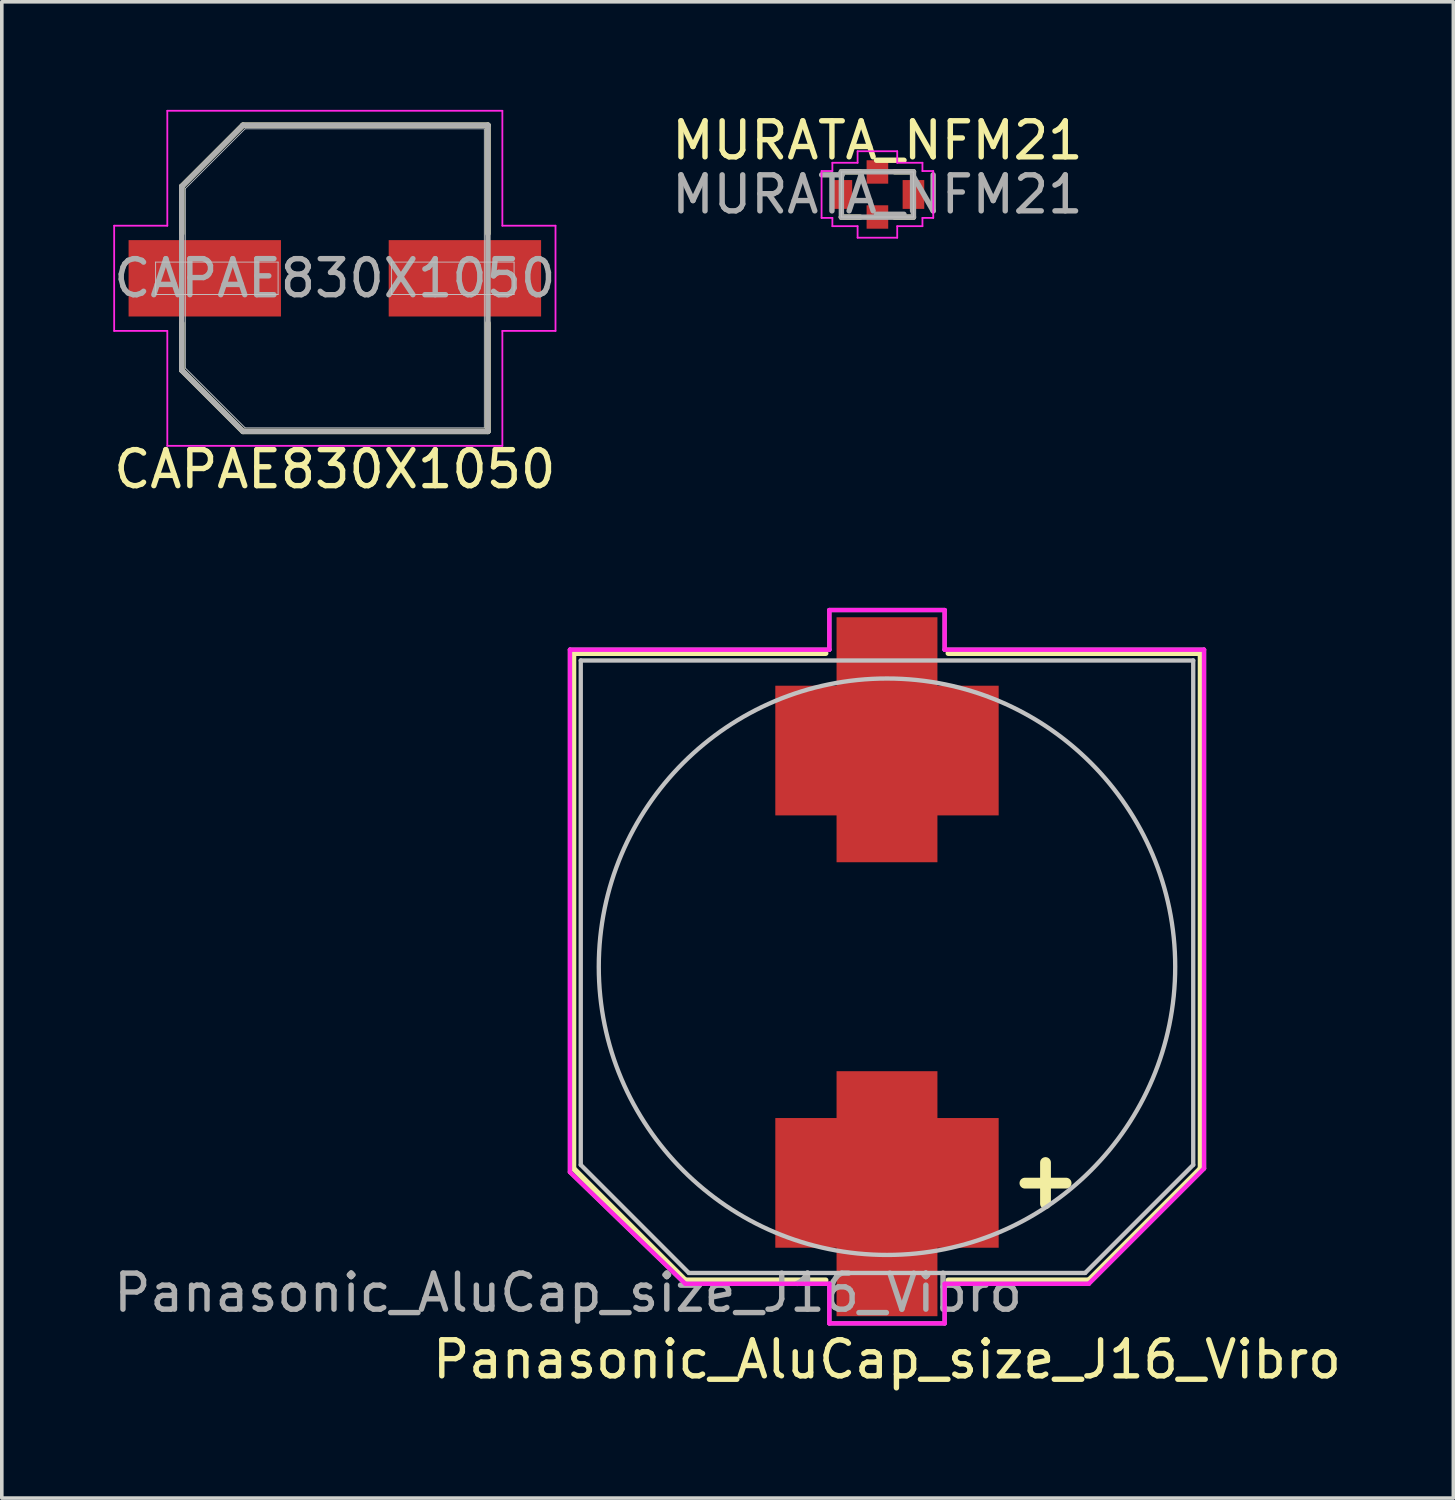
<source format=kicad_pcb>
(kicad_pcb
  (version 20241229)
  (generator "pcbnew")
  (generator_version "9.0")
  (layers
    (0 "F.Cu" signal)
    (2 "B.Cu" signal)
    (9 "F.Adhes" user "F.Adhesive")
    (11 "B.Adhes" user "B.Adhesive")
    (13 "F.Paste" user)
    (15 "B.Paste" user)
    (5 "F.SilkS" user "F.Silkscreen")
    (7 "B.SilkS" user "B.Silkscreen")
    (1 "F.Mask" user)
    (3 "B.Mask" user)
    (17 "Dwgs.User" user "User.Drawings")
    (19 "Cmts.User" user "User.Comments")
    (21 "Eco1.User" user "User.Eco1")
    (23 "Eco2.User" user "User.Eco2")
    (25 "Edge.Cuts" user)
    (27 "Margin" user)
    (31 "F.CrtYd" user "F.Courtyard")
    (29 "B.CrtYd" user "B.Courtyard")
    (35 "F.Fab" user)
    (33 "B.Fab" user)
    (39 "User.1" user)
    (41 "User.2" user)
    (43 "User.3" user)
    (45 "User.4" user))
  (footprint "MURATA_NFM21"
    (layer "F.Cu")
    (at 21.304 2.348)
    (property "Reference" "MURATA_NFM21" (at 0 0 0) (layer "F.Fab") (effects (font (size 1 1) (thickness 0.15))))
    (attr smd)
    (fp_line (start -1 -0.63) (end -0.48 -0.63) (stroke (width 0.15) (type solid)) (layer "F.SilkS"))
    (fp_line (start -0.48 0.63) (end -1 0.63) (stroke (width 0.15) (type solid)) (layer "F.SilkS"))
    (fp_line (start 0.48 -0.63) (end 1 -0.63) (stroke (width 0.15) (type solid)) (layer "F.SilkS"))
    (fp_line (start 1 0.63) (end 0.48 0.63) (stroke (width 0.15) (type solid)) (layer "F.SilkS"))
    (fp_line (start -1 -0.625) (end 1 -0.625) (stroke (width 0.025) (type solid)) (layer "Dwgs.User"))
    (fp_line (start -1 0.625) (end -1 -0.625) (stroke (width 0.025) (type solid)) (layer "Dwgs.User"))
    (fp_line (start 1 -0.625) (end 1 0.625) (stroke (width 0.025) (type solid)) (layer "Dwgs.User"))
    (fp_line (start 1 0.625) (end -1 0.625) (stroke (width 0.025) (type solid)) (layer "Dwgs.User"))
    (fp_line (start -1.55 -0.65) (end -1.55 0.65) (stroke (width 0.05) (type solid)) (layer "F.CrtYd"))
    (fp_line (start -1.55 0.65) (end -1.25 0.65) (stroke (width 0.05) (type solid)) (layer "F.CrtYd"))
    (fp_line (start -1.25 -0.88) (end -1.25 -0.65) (stroke (width 0.05) (type solid)) (layer "F.CrtYd"))
    (fp_line (start -1.25 -0.65) (end -1.55 -0.65) (stroke (width 0.05) (type solid)) (layer "F.CrtYd"))
    (fp_line (start -1.25 0.65) (end -1.25 0.88) (stroke (width 0.05) (type solid)) (layer "F.CrtYd"))
    (fp_line (start -1.25 0.88) (end -0.55 0.88) (stroke (width 0.05) (type solid)) (layer "F.CrtYd"))
    (fp_line (start -0.55 -1.2) (end -0.55 -0.88) (stroke (width 0.05) (type solid)) (layer "F.CrtYd"))
    (fp_line (start -0.55 -0.88) (end -1.25 -0.88) (stroke (width 0.05) (type solid)) (layer "F.CrtYd"))
    (fp_line (start -0.55 0.88) (end -0.55 1.2) (stroke (width 0.05) (type solid)) (layer "F.CrtYd"))
    (fp_line (start -0.55 1.2) (end 0.55 1.2) (stroke (width 0.05) (type solid)) (layer "F.CrtYd"))
    (fp_line (start 0.55 -1.2) (end -0.55 -1.2) (stroke (width 0.05) (type solid)) (layer "F.CrtYd"))
    (fp_line (start 0.55 -0.88) (end 0.55 -1.2) (stroke (width 0.05) (type solid)) (layer "F.CrtYd"))
    (fp_line (start 0.55 0.88) (end 1.25 0.88) (stroke (width 0.05) (type solid)) (layer "F.CrtYd"))
    (fp_line (start 0.55 1.2) (end 0.55 0.88) (stroke (width 0.05) (type solid)) (layer "F.CrtYd"))
    (fp_line (start 1.25 -0.88) (end 0.55 -0.88) (stroke (width 0.05) (type solid)) (layer "F.CrtYd"))
    (fp_line (start 1.25 -0.65) (end 1.25 -0.88) (stroke (width 0.05) (type solid)) (layer "F.CrtYd"))
    (fp_line (start 1.25 0.65) (end 1.55 0.65) (stroke (width 0.05) (type solid)) (layer "F.CrtYd"))
    (fp_line (start 1.25 0.88) (end 1.25 0.65) (stroke (width 0.05) (type solid)) (layer "F.CrtYd"))
    (fp_line (start 1.55 -0.65) (end 1.25 -0.65) (stroke (width 0.05) (type solid)) (layer "F.CrtYd"))
    (fp_line (start 1.55 0.65) (end 1.55 -0.65) (stroke (width 0.05) (type solid)) (layer "F.CrtYd"))
    (fp_line (start -1 -0.63) (end 1 -0.63) (stroke (width 0.15) (type solid)) (layer "F.Fab"))
    (fp_line (start -1 0.63) (end -1 -0.63) (stroke (width 0.15) (type solid)) (layer "F.Fab"))
    (fp_line (start 1 -0.63) (end 1 0.63) (stroke (width 0.15) (type solid)) (layer "F.Fab"))
    (fp_line (start 1 0.63) (end -1 0.63) (stroke (width 0.15) (type solid)) (layer "F.Fab"))
    (fp_text user "${REFERENCE}" (at 0 -1.5 0) (layer "F.SilkS") (effects (font (size 1 1) (thickness 0.15))))
    (pad "1" smd rect (at -1 0) (size 0.6 0.8) (layers "F.Cu" "F.Mask" "F.Paste"))
    (pad "2A" smd rect (at 0 -0.625) (size 0.6 0.65) (layers "F.Cu" "F.Mask" "F.Paste"))
    (pad "2B" smd rect (at 0 0.625) (size 0.6 0.65) (layers "F.Cu" "F.Mask" "F.Paste"))
    (pad "3" smd rect (at 1 0) (size 0.6 0.8) (layers "F.Cu" "F.Mask" "F.Paste")))
  (footprint "CAPAE830X1050"
    (layer "F.Cu")
    (at 6.244 4.675)
    (property "Reference" "CAPAE830X1050" (at 0 0 0) (layer "F.Fab") (effects (font (size 1 1) (thickness 0.15))))
    (attr smd)
    (fp_line (start -4.25 -2.55) (end -4.25 -1.24) (stroke (width 0.15) (type solid)) (layer "F.SilkS"))
    (fp_line (start -4.25 2.55) (end -4.25 1.24) (stroke (width 0.15) (type solid)) (layer "F.SilkS"))
    (fp_line (start -2.55 -4.25) (end -4.25 -2.55) (stroke (width 0.15) (type solid)) (layer "F.SilkS"))
    (fp_line (start -2.55 4.25) (end -4.25 2.55) (stroke (width 0.15) (type solid)) (layer "F.SilkS"))
    (fp_line (start 4.25 -4.25) (end -2.55 -4.25) (stroke (width 0.15) (type solid)) (layer "F.SilkS"))
    (fp_line (start 4.25 -1.24) (end 4.25 -4.25) (stroke (width 0.15) (type solid)) (layer "F.SilkS"))
    (fp_line (start 4.25 1.24) (end 4.25 4.25) (stroke (width 0.15) (type solid)) (layer "F.SilkS"))
    (fp_line (start 4.25 4.25) (end -2.55 4.25) (stroke (width 0.15) (type solid)) (layer "F.SilkS"))
    (fp_line (start -4.975 -0.45) (end -1.575 -0.45) (stroke (width 0.025) (type solid)) (layer "Dwgs.User"))
    (fp_line (start -4.975 0.45) (end -4.975 -0.45) (stroke (width 0.025) (type solid)) (layer "Dwgs.User"))
    (fp_line (start -4.15 -2.49) (end -2.49 -4.15) (stroke (width 0.025) (type solid)) (layer "Dwgs.User"))
    (fp_line (start -4.15 2.49) (end -4.15 -2.49) (stroke (width 0.025) (type solid)) (layer "Dwgs.User"))
    (fp_line (start -2.49 -4.15) (end 4.15 -4.15) (stroke (width 0.025) (type solid)) (layer "Dwgs.User"))
    (fp_line (start -2.49 4.15) (end -4.15 2.49) (stroke (width 0.025) (type solid)) (layer "Dwgs.User"))
    (fp_line (start -1.575 -0.45) (end -1.575 0.45) (stroke (width 0.025) (type solid)) (layer "Dwgs.User"))
    (fp_line (start -1.575 0.45) (end -4.975 0.45) (stroke (width 0.025) (type solid)) (layer "Dwgs.User"))
    (fp_line (start 1.575 -0.45) (end 4.975 -0.45) (stroke (width 0.025) (type solid)) (layer "Dwgs.User"))
    (fp_line (start 1.575 0.45) (end 1.575 -0.45) (stroke (width 0.025) (type solid)) (layer "Dwgs.User"))
    (fp_line (start 4.15 -4.15) (end 4.15 4.15) (stroke (width 0.025) (type solid)) (layer "Dwgs.User"))
    (fp_line (start 4.15 4.15) (end -2.49 4.15) (stroke (width 0.025) (type solid)) (layer "Dwgs.User"))
    (fp_line (start 4.975 -0.45) (end 4.975 0.45) (stroke (width 0.025) (type solid)) (layer "Dwgs.User"))
    (fp_line (start 4.975 0.45) (end 1.575 0.45) (stroke (width 0.025) (type solid)) (layer "Dwgs.User"))
    (fp_line (start -6.125 -1.46) (end -6.125 1.46) (stroke (width 0.05) (type solid)) (layer "F.CrtYd"))
    (fp_line (start -6.125 1.46) (end -4.65 1.46) (stroke (width 0.05) (type solid)) (layer "F.CrtYd"))
    (fp_line (start -4.65 -4.65) (end -4.65 -1.46) (stroke (width 0.05) (type solid)) (layer "F.CrtYd"))
    (fp_line (start -4.65 -1.46) (end -6.125 -1.46) (stroke (width 0.05) (type solid)) (layer "F.CrtYd"))
    (fp_line (start -4.65 1.46) (end -4.65 4.65) (stroke (width 0.05) (type solid)) (layer "F.CrtYd"))
    (fp_line (start -4.65 4.65) (end 4.65 4.65) (stroke (width 0.05) (type solid)) (layer "F.CrtYd"))
    (fp_line (start 4.65 -4.65) (end -4.65 -4.65) (stroke (width 0.05) (type solid)) (layer "F.CrtYd"))
    (fp_line (start 4.65 -1.46) (end 4.65 -4.65) (stroke (width 0.05) (type solid)) (layer "F.CrtYd"))
    (fp_line (start 4.65 1.46) (end 6.125 1.46) (stroke (width 0.05) (type solid)) (layer "F.CrtYd"))
    (fp_line (start 4.65 4.65) (end 4.65 1.46) (stroke (width 0.05) (type solid)) (layer "F.CrtYd"))
    (fp_line (start 6.125 -1.46) (end 4.65 -1.46) (stroke (width 0.05) (type solid)) (layer "F.CrtYd"))
    (fp_line (start 6.125 1.46) (end 6.125 -1.46) (stroke (width 0.05) (type solid)) (layer "F.CrtYd"))
    (fp_line (start -4.25 -2.55) (end -2.55 -4.25) (stroke (width 0.15) (type solid)) (layer "F.Fab"))
    (fp_line (start -4.25 2.55) (end -4.25 -2.55) (stroke (width 0.15) (type solid)) (layer "F.Fab"))
    (fp_line (start -2.55 -4.25) (end 4.25 -4.25) (stroke (width 0.15) (type solid)) (layer "F.Fab"))
    (fp_line (start -2.55 4.25) (end -4.25 2.55) (stroke (width 0.15) (type solid)) (layer "F.Fab"))
    (fp_line (start 4.25 -4.25) (end 4.25 4.25) (stroke (width 0.15) (type solid)) (layer "F.Fab"))
    (fp_line (start 4.25 4.25) (end -2.55 4.25) (stroke (width 0.15) (type solid)) (layer "F.Fab"))
    (fp_text user "${REFERENCE}" (at 0 5.3 0) (layer "F.SilkS") (effects (font (size 1 1) (thickness 0.15))))
    (pad "1" smd rect (at -3.61 0) (size 4.23 2.12) (layers "F.Cu" "F.Mask" "F.Paste"))
    (pad "2" smd rect (at 3.61 0) (size 4.23 2.12) (layers "F.Cu" "F.Mask" "F.Paste")))
  (footprint "Panasonic_AluCap_size_J16_Vibro"
    (layer "F.Cu")
    (at 21.57 23.783)
    (property "Reference" "Panasonic_AluCap_size_J16_Vibro" (at 0 10.9 0) (layer "F.SilkS") (effects (font (size 1 1) (thickness 0.15))))
    (attr smd)
    (fp_line (start -8.7 -8.7) (end -8.7 5.6) (stroke (width 0.15) (type solid)) (layer "F.SilkS"))
    (fp_line (start -8.7 5.6) (end -5.6 8.7) (stroke (width 0.15) (type solid)) (layer "F.SilkS"))
    (fp_line (start -5.6 8.7) (end -1.7 8.7) (stroke (width 0.15) (type solid)) (layer "F.SilkS"))
    (fp_line (start -1.7 -8.7) (end -8.7 -8.7) (stroke (width 0.15) (type solid)) (layer "F.SilkS"))
    (fp_line (start 1.7 -8.7) (end 8.7 -8.7) (stroke (width 0.15) (type solid)) (layer "F.SilkS"))
    (fp_line (start 5.6 8.7) (end 1.7 8.7) (stroke (width 0.15) (type solid)) (layer "F.SilkS"))
    (fp_line (start 8.7 -8.7) (end 8.7 5.6) (stroke (width 0.15) (type solid)) (layer "F.SilkS"))
    (fp_line (start 8.7 5.6) (end 5.6 8.7) (stroke (width 0.15) (type solid)) (layer "F.SilkS"))
    (fp_line (start -8.5 -8.5) (end 8.5 -8.5) (stroke (width 0.12) (type solid)) (layer "Dwgs.User"))
    (fp_line (start -8.5 5.5) (end -8.5 -8.5) (stroke (width 0.12) (type solid)) (layer "Dwgs.User"))
    (fp_line (start -8.5 5.5) (end -5.5 8.5) (stroke (width 0.12) (type solid)) (layer "Dwgs.User"))
    (fp_line (start 5.5 8.5) (end -5.5 8.5) (stroke (width 0.12) (type solid)) (layer "Dwgs.User"))
    (fp_line (start 8.5 -8.5) (end 8.5 5.5) (stroke (width 0.12) (type solid)) (layer "Dwgs.User"))
    (fp_line (start 8.5 5.5) (end 5.5 8.5) (stroke (width 0.12) (type solid)) (layer "Dwgs.User"))
    (fp_circle (center 0 0) (end 8 0) (stroke (width 0.12) (type solid)) (fill no) (layer "Dwgs.User"))
    (fp_line (start -8.8 -8.8) (end -1.6 -8.8) (stroke (width 0.12) (type solid)) (layer "F.CrtYd"))
    (fp_line (start -8.8 5.7) (end -8.8 -8.8) (stroke (width 0.12) (type solid)) (layer "F.CrtYd"))
    (fp_line (start -5.6 8.8) (end -8.8 5.7) (stroke (width 0.12) (type solid)) (layer "F.CrtYd"))
    (fp_line (start -1.6 -9.9) (end 1.6 -9.9) (stroke (width 0.12) (type solid)) (layer "F.CrtYd"))
    (fp_line (start -1.6 -8.8) (end -1.6 -9.9) (stroke (width 0.12) (type solid)) (layer "F.CrtYd"))
    (fp_line (start -1.6 8.8) (end -5.6 8.8) (stroke (width 0.12) (type solid)) (layer "F.CrtYd"))
    (fp_line (start -1.6 9.9) (end -1.6 8.8) (stroke (width 0.12) (type solid)) (layer "F.CrtYd"))
    (fp_line (start 1.6 -9.9) (end 1.6 -8.8) (stroke (width 0.12) (type solid)) (layer "F.CrtYd"))
    (fp_line (start 1.6 -8.8) (end 8.8 -8.8) (stroke (width 0.12) (type solid)) (layer "F.CrtYd"))
    (fp_line (start 1.6 8.8) (end 1.6 9.9) (stroke (width 0.12) (type solid)) (layer "F.CrtYd"))
    (fp_line (start 1.6 9.9) (end -1.6 9.9) (stroke (width 0.12) (type solid)) (layer "F.CrtYd"))
    (fp_line (start 5.6 8.8) (end 1.6 8.8) (stroke (width 0.12) (type solid)) (layer "F.CrtYd"))
    (fp_line (start 8.8 -8.8) (end 8.8 5.6) (stroke (width 0.12) (type solid)) (layer "F.CrtYd"))
    (fp_line (start 8.8 5.6) (end 5.6 8.8) (stroke (width 0.12) (type solid)) (layer "F.CrtYd"))
    (fp_line (start -8.8 -8.8) (end -1.6 -8.8) (stroke (width 0.12) (type solid)) (layer "F.Fab"))
    (fp_line (start -8.8 5.7) (end -8.8 -8.8) (stroke (width 0.12) (type solid)) (layer "F.Fab"))
    (fp_line (start -5.6 8.8) (end -8.8 5.7) (stroke (width 0.12) (type solid)) (layer "F.Fab"))
    (fp_line (start -1.6 -9.9) (end 1.6 -9.9) (stroke (width 0.12) (type solid)) (layer "F.Fab"))
    (fp_line (start -1.6 -8.8) (end -1.6 -9.9) (stroke (width 0.12) (type solid)) (layer "F.Fab"))
    (fp_line (start -1.6 8.8) (end -5.6 8.8) (stroke (width 0.12) (type solid)) (layer "F.Fab"))
    (fp_line (start -1.6 9.9) (end -1.6 8.8) (stroke (width 0.12) (type solid)) (layer "F.Fab"))
    (fp_line (start 1.6 -9.9) (end 1.6 -8.8) (stroke (width 0.12) (type solid)) (layer "F.Fab"))
    (fp_line (start 1.6 -8.8) (end 8.8 -8.8) (stroke (width 0.12) (type solid)) (layer "F.Fab"))
    (fp_line (start 1.6 8.8) (end 1.6 9.9) (stroke (width 0.12) (type solid)) (layer "F.Fab"))
    (fp_line (start 1.6 9.9) (end -1.6 9.9) (stroke (width 0.12) (type solid)) (layer "F.Fab"))
    (fp_line (start 5.6 8.8) (end 1.6 8.8) (stroke (width 0.12) (type solid)) (layer "F.Fab"))
    (fp_line (start 8.8 -8.8) (end 8.8 5.6) (stroke (width 0.12) (type solid)) (layer "F.Fab"))
    (fp_line (start 8.8 5.6) (end 5.6 8.8) (stroke (width 0.12) (type solid)) (layer "F.Fab"))
    (fp_text user "+" (at 4.4 5.9 0) (layer "F.SilkS") (effects (font (size 1.5 1.5) (thickness 0.3))))
    (fp_text user "${REFERENCE}" (at -8.85 9.05 0) (layer "F.Fab") (effects (font (size 1 1) (thickness 0.15))))
    (pad "1" smd custom (at 0 6.3 180) (size 1 1) (layers "F.Cu" "F.Mask" "F.Paste") (options (anchor rect)) (primitives (gr_poly (pts (xy 1.4 -3.4) (xy 1.4 -1.5) (xy 3.1 -1.5) (xy 3.1 2.1) (xy 1.4 2.1) (xy 1.4 3.4) (xy -1.4 3.4) (xy -1.4 2.1) (xy -3.1 2.1) (xy -3.1 -1.5) (xy -1.4 -1.5) (xy -1.4 -3.4)) (width 0) (fill yes))))
    (pad "2" smd custom (at 0 -6.3) (size 1 1) (layers "F.Cu" "F.Mask" "F.Paste") (options (anchor rect)) (primitives (gr_poly (pts (xy 1.4 -3.4) (xy 1.4 -1.5) (xy 3.1 -1.5) (xy 3.1 2.1) (xy 1.4 2.1) (xy 1.4 3.4) (xy -1.4 3.4) (xy -1.4 2.1) (xy -3.1 2.1) (xy -3.1 -1.5) (xy -1.4 -1.5) (xy -1.4 -3.4)) (width 0) (fill yes)))))
  (gr_rect
    (start -3 -3)
    (end 37.29 38.532)
    (stroke (width 0.1) (type default))
    (fill no)
    (layer "Edge.Cuts")))
</source>
